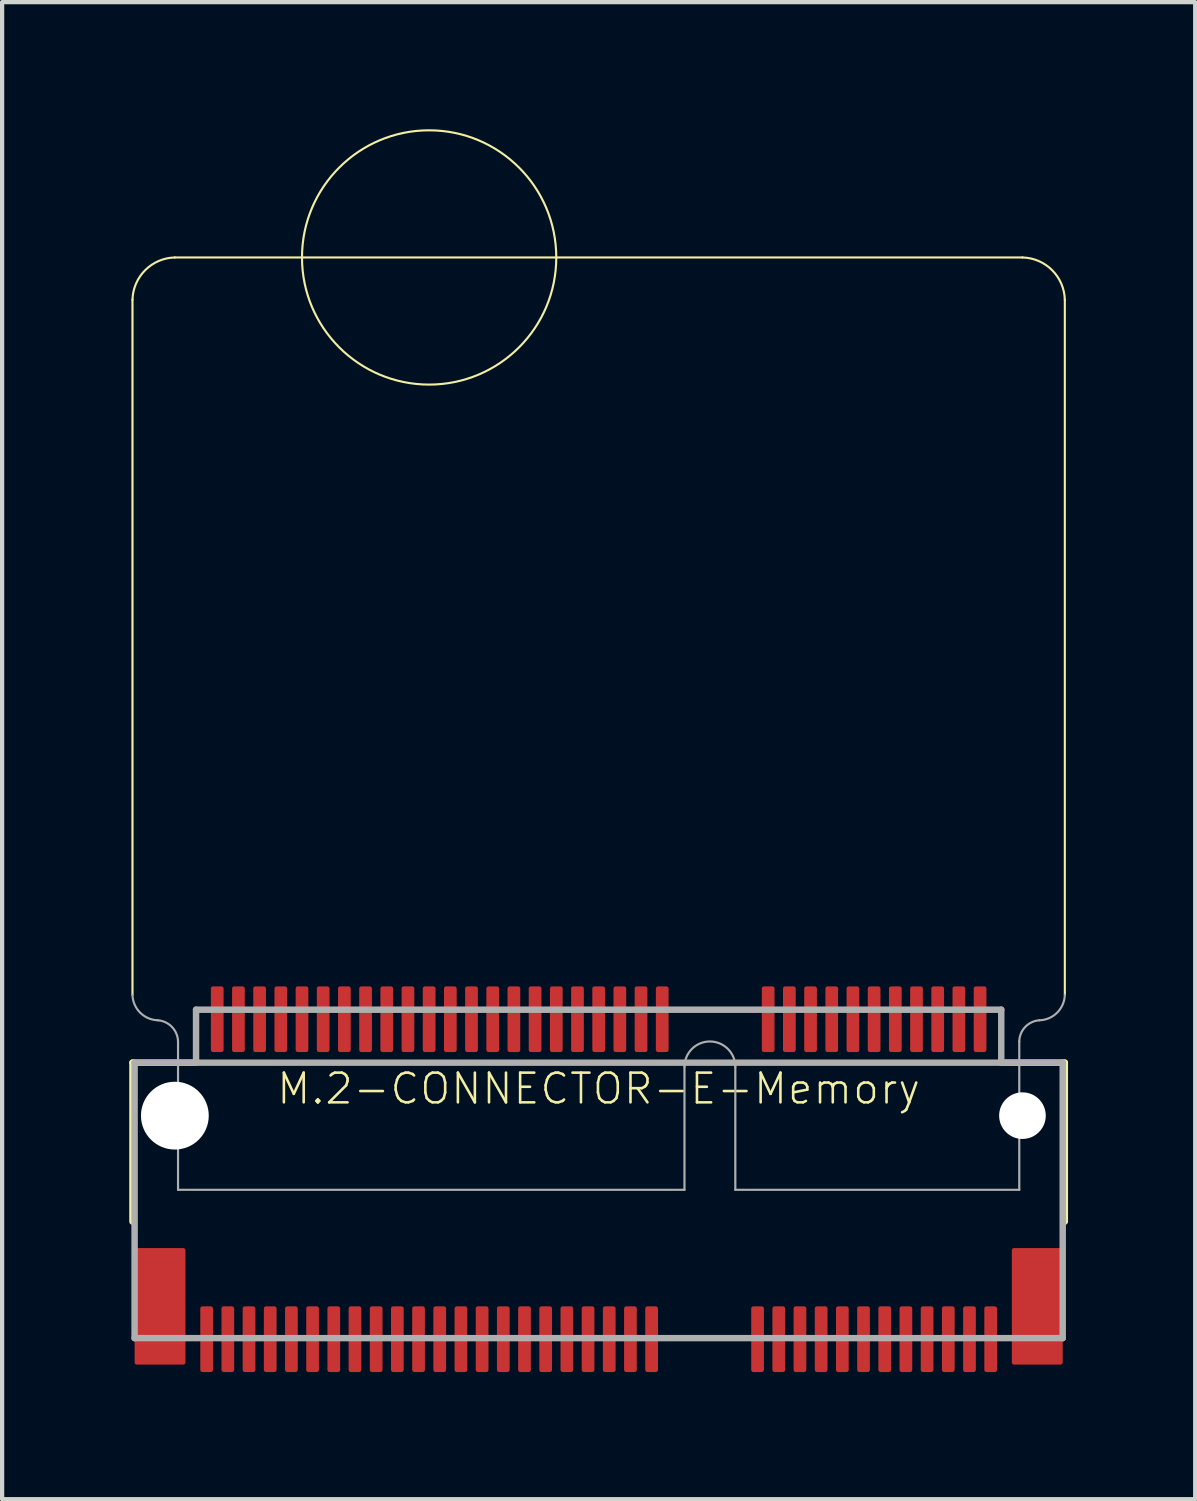
<source format=kicad_pcb>
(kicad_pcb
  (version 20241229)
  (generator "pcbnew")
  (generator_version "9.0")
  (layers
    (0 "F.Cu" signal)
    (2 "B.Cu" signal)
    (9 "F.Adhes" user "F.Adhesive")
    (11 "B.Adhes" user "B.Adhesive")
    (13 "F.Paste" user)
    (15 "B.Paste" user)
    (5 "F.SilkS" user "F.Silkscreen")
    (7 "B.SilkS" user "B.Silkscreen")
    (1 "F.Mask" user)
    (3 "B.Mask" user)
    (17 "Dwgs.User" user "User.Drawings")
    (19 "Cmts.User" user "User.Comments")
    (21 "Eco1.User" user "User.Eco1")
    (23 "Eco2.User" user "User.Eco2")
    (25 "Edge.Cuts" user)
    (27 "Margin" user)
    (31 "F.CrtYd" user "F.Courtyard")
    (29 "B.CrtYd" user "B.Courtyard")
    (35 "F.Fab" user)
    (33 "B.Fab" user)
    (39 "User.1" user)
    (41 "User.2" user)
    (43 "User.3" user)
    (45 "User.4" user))
  (footprint "M.2-CONNECTOR-E-Memory"
    (layer "F.Cu")
    (at 11.076 23.275)
    (property "Reference" "M.2-CONNECTOR-E-Memory" (at 0 -0.635 0) (layer "F.SilkS") (effects (font (size 0.701 0.701) (thickness 0.061))))
    (fp_line (start -11 -19.25) (end -11 -2.85) (stroke (width 0.051) (type solid)) (layer "F.SilkS"))
    (fp_line (start -11 2.5) (end -11 -1.25) (stroke (width 0.152) (type solid)) (layer "F.SilkS"))
    (fp_line (start -9.5 -1.25) (end -11 -1.25) (stroke (width 0.152) (type solid)) (layer "F.SilkS"))
    (fp_line (start 10 -20.25) (end -10 -20.25) (stroke (width 0.051) (type solid)) (layer "F.SilkS"))
    (fp_line (start 11 -19.25) (end 11 -2.85) (stroke (width 0.05) (type solid)) (layer "F.SilkS"))
    (fp_line (start 11 -1.25) (end 9.5 -1.25) (stroke (width 0.152) (type solid)) (layer "F.SilkS"))
    (fp_line (start 11 2.5) (end 11 -1.25) (stroke (width 0.152) (type solid)) (layer "F.SilkS"))
    (fp_arc (start -11 -19.25) (mid -10.7 -19.949999) (end -10 -20.25) (stroke (width 0.05) (type solid)) (layer "F.SilkS"))
    (fp_arc (start 10 -20.25) (mid 10.699999 -19.95) (end 11 -19.25) (stroke (width 0.05) (type solid)) (layer "F.SilkS"))
    (fp_circle (center -4 -20.25) (end -1 -20.25) (stroke (width 0.05) (type solid)) (fill no) (layer "F.SilkS"))
    (fp_poly (pts (xy -9.4 6.05) (xy -9.1 6.05) (xy -9.1 4.5) (xy -9.4 4.5)) (stroke (width 0) (type default)) (fill yes) (layer "F.Paste"))
    (fp_poly (pts (xy -9.15 -1.5) (xy -8.85 -1.5) (xy -8.85 -3.05) (xy -9.15 -3.05)) (stroke (width 0) (type default)) (fill yes) (layer "F.Paste"))
    (fp_poly (pts (xy -8.9 6.05) (xy -8.6 6.05) (xy -8.6 4.5) (xy -8.9 4.5)) (stroke (width 0) (type default)) (fill yes) (layer "F.Paste"))
    (fp_poly (pts (xy -8.65 -1.5) (xy -8.35 -1.5) (xy -8.35 -3.05) (xy -8.65 -3.05)) (stroke (width 0) (type default)) (fill yes) (layer "F.Paste"))
    (fp_poly (pts (xy -8.4 6.05) (xy -8.1 6.05) (xy -8.1 4.5) (xy -8.4 4.5)) (stroke (width 0) (type default)) (fill yes) (layer "F.Paste"))
    (fp_poly (pts (xy -8.15 -1.5) (xy -7.85 -1.5) (xy -7.85 -3.05) (xy -8.15 -3.05)) (stroke (width 0) (type default)) (fill yes) (layer "F.Paste"))
    (fp_poly (pts (xy -7.9 6.05) (xy -7.6 6.05) (xy -7.6 4.5) (xy -7.9 4.5)) (stroke (width 0) (type default)) (fill yes) (layer "F.Paste"))
    (fp_poly (pts (xy -7.65 -1.5) (xy -7.35 -1.5) (xy -7.35 -3.05) (xy -7.65 -3.05)) (stroke (width 0) (type default)) (fill yes) (layer "F.Paste"))
    (fp_poly (pts (xy -7.4 6.05) (xy -7.1 6.05) (xy -7.1 4.5) (xy -7.4 4.5)) (stroke (width 0) (type default)) (fill yes) (layer "F.Paste"))
    (fp_poly (pts (xy -7.15 -1.5) (xy -6.85 -1.5) (xy -6.85 -3.05) (xy -7.15 -3.05)) (stroke (width 0) (type default)) (fill yes) (layer "F.Paste"))
    (fp_poly (pts (xy -6.9 6.05) (xy -6.6 6.05) (xy -6.6 4.5) (xy -6.9 4.5)) (stroke (width 0) (type default)) (fill yes) (layer "F.Paste"))
    (fp_poly (pts (xy -6.65 -1.5) (xy -6.35 -1.5) (xy -6.35 -3.05) (xy -6.65 -3.05)) (stroke (width 0) (type default)) (fill yes) (layer "F.Paste"))
    (fp_poly (pts (xy -6.4 6.05) (xy -6.1 6.05) (xy -6.1 4.5) (xy -6.4 4.5)) (stroke (width 0) (type default)) (fill yes) (layer "F.Paste"))
    (fp_poly (pts (xy -6.15 -1.5) (xy -5.85 -1.5) (xy -5.85 -3.05) (xy -6.15 -3.05)) (stroke (width 0) (type default)) (fill yes) (layer "F.Paste"))
    (fp_poly (pts (xy -5.9 6.05) (xy -5.6 6.05) (xy -5.6 4.5) (xy -5.9 4.5)) (stroke (width 0) (type default)) (fill yes) (layer "F.Paste"))
    (fp_poly (pts (xy -5.65 -1.5) (xy -5.35 -1.5) (xy -5.35 -3.05) (xy -5.65 -3.05)) (stroke (width 0) (type default)) (fill yes) (layer "F.Paste"))
    (fp_poly (pts (xy -5.4 6.05) (xy -5.1 6.05) (xy -5.1 4.5) (xy -5.4 4.5)) (stroke (width 0) (type default)) (fill yes) (layer "F.Paste"))
    (fp_poly (pts (xy -5.15 -1.5) (xy -4.85 -1.5) (xy -4.85 -3.05) (xy -5.15 -3.05)) (stroke (width 0) (type default)) (fill yes) (layer "F.Paste"))
    (fp_poly (pts (xy -4.9 6.05) (xy -4.6 6.05) (xy -4.6 4.5) (xy -4.9 4.5)) (stroke (width 0) (type default)) (fill yes) (layer "F.Paste"))
    (fp_poly (pts (xy -4.65 -1.5) (xy -4.35 -1.5) (xy -4.35 -3.05) (xy -4.65 -3.05)) (stroke (width 0) (type default)) (fill yes) (layer "F.Paste"))
    (fp_poly (pts (xy -4.4 6.05) (xy -4.1 6.05) (xy -4.1 4.5) (xy -4.4 4.5)) (stroke (width 0) (type default)) (fill yes) (layer "F.Paste"))
    (fp_poly (pts (xy -4.15 -1.5) (xy -3.85 -1.5) (xy -3.85 -3.05) (xy -4.15 -3.05)) (stroke (width 0) (type default)) (fill yes) (layer "F.Paste"))
    (fp_poly (pts (xy -3.9 6.05) (xy -3.6 6.05) (xy -3.6 4.5) (xy -3.9 4.5)) (stroke (width 0) (type default)) (fill yes) (layer "F.Paste"))
    (fp_poly (pts (xy -3.65 -1.5) (xy -3.35 -1.5) (xy -3.35 -3.05) (xy -3.65 -3.05)) (stroke (width 0) (type default)) (fill yes) (layer "F.Paste"))
    (fp_poly (pts (xy -3.4 6.05) (xy -3.1 6.05) (xy -3.1 4.5) (xy -3.4 4.5)) (stroke (width 0) (type default)) (fill yes) (layer "F.Paste"))
    (fp_poly (pts (xy -3.15 -1.5) (xy -2.85 -1.5) (xy -2.85 -3.05) (xy -3.15 -3.05)) (stroke (width 0) (type default)) (fill yes) (layer "F.Paste"))
    (fp_poly (pts (xy -2.9 6.05) (xy -2.6 6.05) (xy -2.6 4.5) (xy -2.9 4.5)) (stroke (width 0) (type default)) (fill yes) (layer "F.Paste"))
    (fp_poly (pts (xy -2.65 -1.5) (xy -2.35 -1.5) (xy -2.35 -3.05) (xy -2.65 -3.05)) (stroke (width 0) (type default)) (fill yes) (layer "F.Paste"))
    (fp_poly (pts (xy -2.4 6.05) (xy -2.1 6.05) (xy -2.1 4.5) (xy -2.4 4.5)) (stroke (width 0) (type default)) (fill yes) (layer "F.Paste"))
    (fp_poly (pts (xy -2.15 -1.5) (xy -1.85 -1.5) (xy -1.85 -3.05) (xy -2.15 -3.05)) (stroke (width 0) (type default)) (fill yes) (layer "F.Paste"))
    (fp_poly (pts (xy -1.9 6.05) (xy -1.6 6.05) (xy -1.6 4.5) (xy -1.9 4.5)) (stroke (width 0) (type default)) (fill yes) (layer "F.Paste"))
    (fp_poly (pts (xy -1.65 -1.5) (xy -1.35 -1.5) (xy -1.35 -3.05) (xy -1.65 -3.05)) (stroke (width 0) (type default)) (fill yes) (layer "F.Paste"))
    (fp_poly (pts (xy -1.4 6.05) (xy -1.1 6.05) (xy -1.1 4.5) (xy -1.4 4.5)) (stroke (width 0) (type default)) (fill yes) (layer "F.Paste"))
    (fp_poly (pts (xy -1.15 -1.5) (xy -0.85 -1.5) (xy -0.85 -3.05) (xy -1.15 -3.05)) (stroke (width 0) (type default)) (fill yes) (layer "F.Paste"))
    (fp_poly (pts (xy -0.9 6.05) (xy -0.6 6.05) (xy -0.6 4.5) (xy -0.9 4.5)) (stroke (width 0) (type default)) (fill yes) (layer "F.Paste"))
    (fp_poly (pts (xy -0.65 -1.5) (xy -0.35 -1.5) (xy -0.35 -3.05) (xy -0.65 -3.05)) (stroke (width 0) (type default)) (fill yes) (layer "F.Paste"))
    (fp_poly (pts (xy -0.4 6.05) (xy -0.1 6.05) (xy -0.1 4.5) (xy -0.4 4.5)) (stroke (width 0) (type default)) (fill yes) (layer "F.Paste"))
    (fp_poly (pts (xy -0.15 -1.5) (xy 0.15 -1.5) (xy 0.15 -3.05) (xy -0.15 -3.05)) (stroke (width 0) (type default)) (fill yes) (layer "F.Paste"))
    (fp_poly (pts (xy 0.1 6.05) (xy 0.4 6.05) (xy 0.4 4.5) (xy 0.1 4.5)) (stroke (width 0) (type default)) (fill yes) (layer "F.Paste"))
    (fp_poly (pts (xy 0.35 -1.5) (xy 0.65 -1.5) (xy 0.65 -3.05) (xy 0.35 -3.05)) (stroke (width 0) (type default)) (fill yes) (layer "F.Paste"))
    (fp_poly (pts (xy 0.6 6.05) (xy 0.9 6.05) (xy 0.9 4.5) (xy 0.6 4.5)) (stroke (width 0) (type default)) (fill yes) (layer "F.Paste"))
    (fp_poly (pts (xy 0.85 -1.5) (xy 1.15 -1.5) (xy 1.15 -3.05) (xy 0.85 -3.05)) (stroke (width 0) (type default)) (fill yes) (layer "F.Paste"))
    (fp_poly (pts (xy 1.1 6.05) (xy 1.4 6.05) (xy 1.4 4.5) (xy 1.1 4.5)) (stroke (width 0) (type default)) (fill yes) (layer "F.Paste"))
    (fp_poly (pts (xy 1.35 -1.5) (xy 1.65 -1.5) (xy 1.65 -3.05) (xy 1.35 -3.05)) (stroke (width 0) (type default)) (fill yes) (layer "F.Paste"))
    (fp_poly (pts (xy 3.6 6.05) (xy 3.9 6.05) (xy 3.9 4.5) (xy 3.6 4.5)) (stroke (width 0) (type default)) (fill yes) (layer "F.Paste"))
    (fp_poly (pts (xy 3.85 -1.5) (xy 4.15 -1.5) (xy 4.15 -3.05) (xy 3.85 -3.05)) (stroke (width 0) (type default)) (fill yes) (layer "F.Paste"))
    (fp_poly (pts (xy 4.1 6.05) (xy 4.4 6.05) (xy 4.4 4.5) (xy 4.1 4.5)) (stroke (width 0) (type default)) (fill yes) (layer "F.Paste"))
    (fp_poly (pts (xy 4.35 -1.5) (xy 4.65 -1.5) (xy 4.65 -3.05) (xy 4.35 -3.05)) (stroke (width 0) (type default)) (fill yes) (layer "F.Paste"))
    (fp_poly (pts (xy 4.6 6.05) (xy 4.9 6.05) (xy 4.9 4.5) (xy 4.6 4.5)) (stroke (width 0) (type default)) (fill yes) (layer "F.Paste"))
    (fp_poly (pts (xy 4.85 -1.5) (xy 5.15 -1.5) (xy 5.15 -3.05) (xy 4.85 -3.05)) (stroke (width 0) (type default)) (fill yes) (layer "F.Paste"))
    (fp_poly (pts (xy 5.1 6.05) (xy 5.4 6.05) (xy 5.4 4.5) (xy 5.1 4.5)) (stroke (width 0) (type default)) (fill yes) (layer "F.Paste"))
    (fp_poly (pts (xy 5.35 -1.5) (xy 5.65 -1.5) (xy 5.65 -3.05) (xy 5.35 -3.05)) (stroke (width 0) (type default)) (fill yes) (layer "F.Paste"))
    (fp_poly (pts (xy 5.6 6.05) (xy 5.9 6.05) (xy 5.9 4.5) (xy 5.6 4.5)) (stroke (width 0) (type default)) (fill yes) (layer "F.Paste"))
    (fp_poly (pts (xy 5.85 -1.5) (xy 6.15 -1.5) (xy 6.15 -3.05) (xy 5.85 -3.05)) (stroke (width 0) (type default)) (fill yes) (layer "F.Paste"))
    (fp_poly (pts (xy 6.1 6.05) (xy 6.4 6.05) (xy 6.4 4.5) (xy 6.1 4.5)) (stroke (width 0) (type default)) (fill yes) (layer "F.Paste"))
    (fp_poly (pts (xy 6.35 -1.5) (xy 6.65 -1.5) (xy 6.65 -3.05) (xy 6.35 -3.05)) (stroke (width 0) (type default)) (fill yes) (layer "F.Paste"))
    (fp_poly (pts (xy 6.6 6.05) (xy 6.9 6.05) (xy 6.9 4.5) (xy 6.6 4.5)) (stroke (width 0) (type default)) (fill yes) (layer "F.Paste"))
    (fp_poly (pts (xy 6.85 -1.5) (xy 7.15 -1.5) (xy 7.15 -3.05) (xy 6.85 -3.05)) (stroke (width 0) (type default)) (fill yes) (layer "F.Paste"))
    (fp_poly (pts (xy 7.1 6.05) (xy 7.4 6.05) (xy 7.4 4.5) (xy 7.1 4.5)) (stroke (width 0) (type default)) (fill yes) (layer "F.Paste"))
    (fp_poly (pts (xy 7.35 -1.5) (xy 7.65 -1.5) (xy 7.65 -3.05) (xy 7.35 -3.05)) (stroke (width 0) (type default)) (fill yes) (layer "F.Paste"))
    (fp_poly (pts (xy 7.6 6.05) (xy 7.9 6.05) (xy 7.9 4.5) (xy 7.6 4.5)) (stroke (width 0) (type default)) (fill yes) (layer "F.Paste"))
    (fp_poly (pts (xy 7.85 -1.5) (xy 8.15 -1.5) (xy 8.15 -3.05) (xy 7.85 -3.05)) (stroke (width 0) (type default)) (fill yes) (layer "F.Paste"))
    (fp_poly (pts (xy 8.1 6.05) (xy 8.4 6.05) (xy 8.4 4.5) (xy 8.1 4.5)) (stroke (width 0) (type default)) (fill yes) (layer "F.Paste"))
    (fp_poly (pts (xy 8.35 -1.5) (xy 8.65 -1.5) (xy 8.65 -3.05) (xy 8.35 -3.05)) (stroke (width 0) (type default)) (fill yes) (layer "F.Paste"))
    (fp_poly (pts (xy 8.6 6.05) (xy 8.9 6.05) (xy 8.9 4.5) (xy 8.6 4.5)) (stroke (width 0) (type default)) (fill yes) (layer "F.Paste"))
    (fp_poly (pts (xy 8.85 -1.5) (xy 9.15 -1.5) (xy 9.15 -3.05) (xy 8.85 -3.05)) (stroke (width 0) (type default)) (fill yes) (layer "F.Paste"))
    (fp_poly (pts (xy 9.1 6.05) (xy 9.4 6.05) (xy 9.4 4.5) (xy 9.1 4.5)) (stroke (width 0) (type default)) (fill yes) (layer "F.Paste"))
    (fp_line (start -10.95 -1.25) (end -10.95 5.25) (stroke (width 0.152) (type solid)) (layer "F.Fab"))
    (fp_line (start -10.95 5.25) (end 10.95 5.25) (stroke (width 0.152) (type solid)) (layer "F.Fab"))
    (fp_line (start -9.925 1.75) (end -9.925 -1.75) (stroke (width 0.051) (type solid)) (layer "F.Fab"))
    (fp_line (start -9.5 -2.5) (end -9.5 -1.25) (stroke (width 0.152) (type solid)) (layer "F.Fab"))
    (fp_line (start -9.5 -1.25) (end -10.95 -1.25) (stroke (width 0.152) (type solid)) (layer "F.Fab"))
    (fp_line (start 2.025 -1.15) (end 2.025 1.75) (stroke (width 0.051) (type solid)) (layer "F.Fab"))
    (fp_line (start 2.025 1.75) (end -9.925 1.75) (stroke (width 0.051) (type solid)) (layer "F.Fab"))
    (fp_line (start 3.225 -1.15) (end 3.225 1.75) (stroke (width 0.051) (type solid)) (layer "F.Fab"))
    (fp_line (start 9.5 -2.5) (end -9.5 -2.5) (stroke (width 0.152) (type solid)) (layer "F.Fab"))
    (fp_line (start 9.5 -2.5) (end 9.5 -1.25) (stroke (width 0.152) (type solid)) (layer "F.Fab"))
    (fp_line (start 9.5 -1.25) (end -9.5 -1.25) (stroke (width 0.152) (type solid)) (layer "F.Fab"))
    (fp_line (start 9.925 -1.75) (end 9.925 1.75) (stroke (width 0.051) (type solid)) (layer "F.Fab"))
    (fp_line (start 9.925 1.75) (end 3.225 1.75) (stroke (width 0.051) (type solid)) (layer "F.Fab"))
    (fp_line (start 10.95 -1.25) (end 9.5 -1.25) (stroke (width 0.152) (type solid)) (layer "F.Fab"))
    (fp_line (start 10.95 5.25) (end 10.95 -1.25) (stroke (width 0.152) (type solid)) (layer "F.Fab"))
    (fp_arc (start -10.400001 -2.249999) (mid -10.819362 -2.430638) (end -11 -2.85) (stroke (width 0.05) (type solid)) (layer "F.Fab"))
    (fp_arc (start -10.4 -2.25) (mid -10.066759 -2.090954) (end -9.925 -1.75) (stroke (width 0.0508) (type solid)) (layer "F.Fab"))
    (fp_arc (start 2.025 -1.15) (mid 2.625 -1.75) (end 3.225 -1.15) (stroke (width 0.0508) (type solid)) (layer "F.Fab"))
    (fp_arc (start 9.925 -1.75) (mid 10.065344 -2.092298) (end 10.4 -2.25) (stroke (width 0.0508) (type solid)) (layer "F.Fab"))
    (fp_arc (start 10.999999 -2.849999) (mid 10.819361 -2.430638) (end 10.4 -2.25) (stroke (width 0.05) (type solid)) (layer "F.Fab"))
    (pad "" np_thru_hole circle (at -10 0) (size 1.6 1.6) (drill 1.6) (layers "*.Cu" "*.Mask"))
    (pad "" np_thru_hole circle (at 10 0) (size 1.1 1.1) (drill 1.1) (layers "*.Cu" "*.Mask"))
    (pad "1" smd roundrect (at 9.25 5.275 180) (size 0.3 1.55) (layers "F.Cu" "F.Mask") (roundrect_rratio 0.169))
    (pad "2" smd roundrect (at 9 -2.275 180) (size 0.3 1.55) (layers "F.Cu" "F.Mask") (roundrect_rratio 0.169))
    (pad "3" smd roundrect (at 8.75 5.275 180) (size 0.3 1.55) (layers "F.Cu" "F.Mask") (roundrect_rratio 0.169))
    (pad "4" smd roundrect (at 8.5 -2.275 180) (size 0.3 1.55) (layers "F.Cu" "F.Mask") (roundrect_rratio 0.169))
    (pad "5" smd roundrect (at 8.25 5.275 180) (size 0.3 1.55) (layers "F.Cu" "F.Mask") (roundrect_rratio 0.169))
    (pad "6" smd roundrect (at 8 -2.275 180) (size 0.3 1.55) (layers "F.Cu" "F.Mask") (roundrect_rratio 0.169))
    (pad "7" smd roundrect (at 7.75 5.275 180) (size 0.3 1.55) (layers "F.Cu" "F.Mask") (roundrect_rratio 0.169))
    (pad "8" smd roundrect (at 7.5 -2.275 180) (size 0.3 1.55) (layers "F.Cu" "F.Mask") (roundrect_rratio 0.169))
    (pad "9" smd roundrect (at 7.25 5.275 180) (size 0.3 1.55) (layers "F.Cu" "F.Mask") (roundrect_rratio 0.169))
    (pad "10" smd roundrect (at 7 -2.275 180) (size 0.3 1.55) (layers "F.Cu" "F.Mask") (roundrect_rratio 0.169))
    (pad "11" smd roundrect (at 6.75 5.275 180) (size 0.3 1.55) (layers "F.Cu" "F.Mask") (roundrect_rratio 0.169))
    (pad "12" smd roundrect (at 6.5 -2.275 180) (size 0.3 1.55) (layers "F.Cu" "F.Mask") (roundrect_rratio 0.169))
    (pad "13" smd roundrect (at 6.25 5.275 180) (size 0.3 1.55) (layers "F.Cu" "F.Mask") (roundrect_rratio 0.169))
    (pad "14" smd roundrect (at 6 -2.275 180) (size 0.3 1.55) (layers "F.Cu" "F.Mask") (roundrect_rratio 0.169))
    (pad "15" smd roundrect (at 5.75 5.275 180) (size 0.3 1.55) (layers "F.Cu" "F.Mask") (roundrect_rratio 0.169))
    (pad "16" smd roundrect (at 5.5 -2.275 180) (size 0.3 1.55) (layers "F.Cu" "F.Mask") (roundrect_rratio 0.169))
    (pad "17" smd roundrect (at 5.25 5.275 180) (size 0.3 1.55) (layers "F.Cu" "F.Mask") (roundrect_rratio 0.169))
    (pad "18" smd roundrect (at 5 -2.275 180) (size 0.3 1.55) (layers "F.Cu" "F.Mask") (roundrect_rratio 0.169))
    (pad "19" smd roundrect (at 4.75 5.275 180) (size 0.3 1.55) (layers "F.Cu" "F.Mask") (roundrect_rratio 0.169))
    (pad "20" smd roundrect (at 4.5 -2.275 180) (size 0.3 1.55) (layers "F.Cu" "F.Mask") (roundrect_rratio 0.169))
    (pad "21" smd roundrect (at 4.25 5.275 180) (size 0.3 1.55) (layers "F.Cu" "F.Mask") (roundrect_rratio 0.169))
    (pad "22" smd roundrect (at 4 -2.275 180) (size 0.3 1.55) (layers "F.Cu" "F.Mask") (roundrect_rratio 0.169))
    (pad "23" smd roundrect (at 3.75 5.275 180) (size 0.3 1.55) (layers "F.Cu" "F.Mask") (roundrect_rratio 0.169))
    (pad "32" smd roundrect (at 1.5 -2.275 180) (size 0.3 1.55) (layers "F.Cu" "F.Mask") (roundrect_rratio 0.169))
    (pad "33" smd roundrect (at 1.25 5.275 180) (size 0.3 1.55) (layers "F.Cu" "F.Mask") (roundrect_rratio 0.169))
    (pad "34" smd roundrect (at 1 -2.275 180) (size 0.3 1.55) (layers "F.Cu" "F.Mask") (roundrect_rratio 0.169))
    (pad "35" smd roundrect (at 0.75 5.275 180) (size 0.3 1.55) (layers "F.Cu" "F.Mask") (roundrect_rratio 0.169))
    (pad "36" smd roundrect (at 0.5 -2.275 180) (size 0.3 1.55) (layers "F.Cu" "F.Mask") (roundrect_rratio 0.169))
    (pad "37" smd roundrect (at 0.25 5.275 180) (size 0.3 1.55) (layers "F.Cu" "F.Mask") (roundrect_rratio 0.169))
    (pad "38" smd roundrect (at 0 -2.275 180) (size 0.3 1.55) (layers "F.Cu" "F.Mask") (roundrect_rratio 0.169))
    (pad "39" smd roundrect (at -0.25 5.275 180) (size 0.3 1.55) (layers "F.Cu" "F.Mask") (roundrect_rratio 0.169))
    (pad "40" smd roundrect (at -0.5 -2.275 180) (size 0.3 1.55) (layers "F.Cu" "F.Mask") (roundrect_rratio 0.169))
    (pad "41" smd roundrect (at -0.75 5.275 180) (size 0.3 1.55) (layers "F.Cu" "F.Mask") (roundrect_rratio 0.169))
    (pad "42" smd roundrect (at -1 -2.275 180) (size 0.3 1.55) (layers "F.Cu" "F.Mask") (roundrect_rratio 0.169))
    (pad "43" smd roundrect (at -1.25 5.275 180) (size 0.3 1.55) (layers "F.Cu" "F.Mask") (roundrect_rratio 0.169))
    (pad "44" smd roundrect (at -1.5 -2.275 180) (size 0.3 1.55) (layers "F.Cu" "F.Mask") (roundrect_rratio 0.169))
    (pad "45" smd roundrect (at -1.75 5.275 180) (size 0.3 1.55) (layers "F.Cu" "F.Mask") (roundrect_rratio 0.169))
    (pad "46" smd roundrect (at -2 -2.275 180) (size 0.3 1.55) (layers "F.Cu" "F.Mask") (roundrect_rratio 0.169))
    (pad "47" smd roundrect (at -2.25 5.275 180) (size 0.3 1.55) (layers "F.Cu" "F.Mask") (roundrect_rratio 0.169))
    (pad "48" smd roundrect (at -2.5 -2.275 180) (size 0.3 1.55) (layers "F.Cu" "F.Mask") (roundrect_rratio 0.169))
    (pad "49" smd roundrect (at -2.75 5.275 180) (size 0.3 1.55) (layers "F.Cu" "F.Mask") (roundrect_rratio 0.169))
    (pad "50" smd roundrect (at -3 -2.275 180) (size 0.3 1.55) (layers "F.Cu" "F.Mask") (roundrect_rratio 0.169))
    (pad "51" smd roundrect (at -3.25 5.275 180) (size 0.3 1.55) (layers "F.Cu" "F.Mask") (roundrect_rratio 0.169))
    (pad "52" smd roundrect (at -3.5 -2.275 180) (size 0.3 1.55) (layers "F.Cu" "F.Mask") (roundrect_rratio 0.169))
    (pad "53" smd roundrect (at -3.75 5.275 180) (size 0.3 1.55) (layers "F.Cu" "F.Mask") (roundrect_rratio 0.169))
    (pad "54" smd roundrect (at -4 -2.275 180) (size 0.3 1.55) (layers "F.Cu" "F.Mask") (roundrect_rratio 0.169))
    (pad "55" smd roundrect (at -4.25 5.275 180) (size 0.3 1.55) (layers "F.Cu" "F.Mask") (roundrect_rratio 0.169))
    (pad "56" smd roundrect (at -4.5 -2.275 180) (size 0.3 1.55) (layers "F.Cu" "F.Mask") (roundrect_rratio 0.169))
    (pad "57" smd roundrect (at -4.75 5.275 180) (size 0.3 1.55) (layers "F.Cu" "F.Mask") (roundrect_rratio 0.169))
    (pad "58" smd roundrect (at -5 -2.275 180) (size 0.3 1.55) (layers "F.Cu" "F.Mask") (roundrect_rratio 0.169))
    (pad "59" smd roundrect (at -5.25 5.275 180) (size 0.3 1.55) (layers "F.Cu" "F.Mask") (roundrect_rratio 0.169))
    (pad "60" smd roundrect (at -5.5 -2.275 180) (size 0.3 1.55) (layers "F.Cu" "F.Mask") (roundrect_rratio 0.169))
    (pad "61" smd roundrect (at -5.75 5.275 180) (size 0.3 1.55) (layers "F.Cu" "F.Mask") (roundrect_rratio 0.169))
    (pad "62" smd roundrect (at -6 -2.275 180) (size 0.3 1.55) (layers "F.Cu" "F.Mask") (roundrect_rratio 0.169))
    (pad "63" smd roundrect (at -6.25 5.275 180) (size 0.3 1.55) (layers "F.Cu" "F.Mask") (roundrect_rratio 0.169))
    (pad "64" smd roundrect (at -6.5 -2.275 180) (size 0.3 1.55) (layers "F.Cu" "F.Mask") (roundrect_rratio 0.169))
    (pad "65" smd roundrect (at -6.75 5.275 180) (size 0.3 1.55) (layers "F.Cu" "F.Mask") (roundrect_rratio 0.169))
    (pad "66" smd roundrect (at -7 -2.275 180) (size 0.3 1.55) (layers "F.Cu" "F.Mask") (roundrect_rratio 0.169))
    (pad "67" smd roundrect (at -7.25 5.275 180) (size 0.3 1.55) (layers "F.Cu" "F.Mask") (roundrect_rratio 0.169))
    (pad "68" smd roundrect (at -7.5 -2.275 180) (size 0.3 1.55) (layers "F.Cu" "F.Mask") (roundrect_rratio 0.169))
    (pad "69" smd roundrect (at -7.75 5.275 180) (size 0.3 1.55) (layers "F.Cu" "F.Mask") (roundrect_rratio 0.169))
    (pad "70" smd roundrect (at -8 -2.275 180) (size 0.3 1.55) (layers "F.Cu" "F.Mask") (roundrect_rratio 0.169))
    (pad "71" smd roundrect (at -8.25 5.275 180) (size 0.3 1.55) (layers "F.Cu" "F.Mask") (roundrect_rratio 0.169))
    (pad "72" smd roundrect (at -8.5 -2.275 180) (size 0.3 1.55) (layers "F.Cu" "F.Mask") (roundrect_rratio 0.169))
    (pad "73" smd roundrect (at -8.75 5.275 180) (size 0.3 1.55) (layers "F.Cu" "F.Mask") (roundrect_rratio 0.169))
    (pad "74" smd roundrect (at -9 -2.275 180) (size 0.3 1.55) (layers "F.Cu" "F.Mask") (roundrect_rratio 0.169))
    (pad "75" smd roundrect (at -9.25 5.275 180) (size 0.3 1.55) (layers "F.Cu" "F.Mask") (roundrect_rratio 0.169))
    (pad "A1" smd roundrect (at 10.35 4.5 180) (size 1.2 2.75) (layers "F.Cu" "F.Mask" "F.Paste") (roundrect_rratio 0.042))
    (pad "A2" smd roundrect (at -10.35 4.5 180) (size 1.2 2.75) (layers "F.Cu" "F.Mask" "F.Paste") (roundrect_rratio 0.042)))
  (gr_rect
    (start -3 -3)
    (end 25.152 32.325)
    (stroke (width 0.1) (type default))
    (fill no)
    (layer "Edge.Cuts")))
</source>
